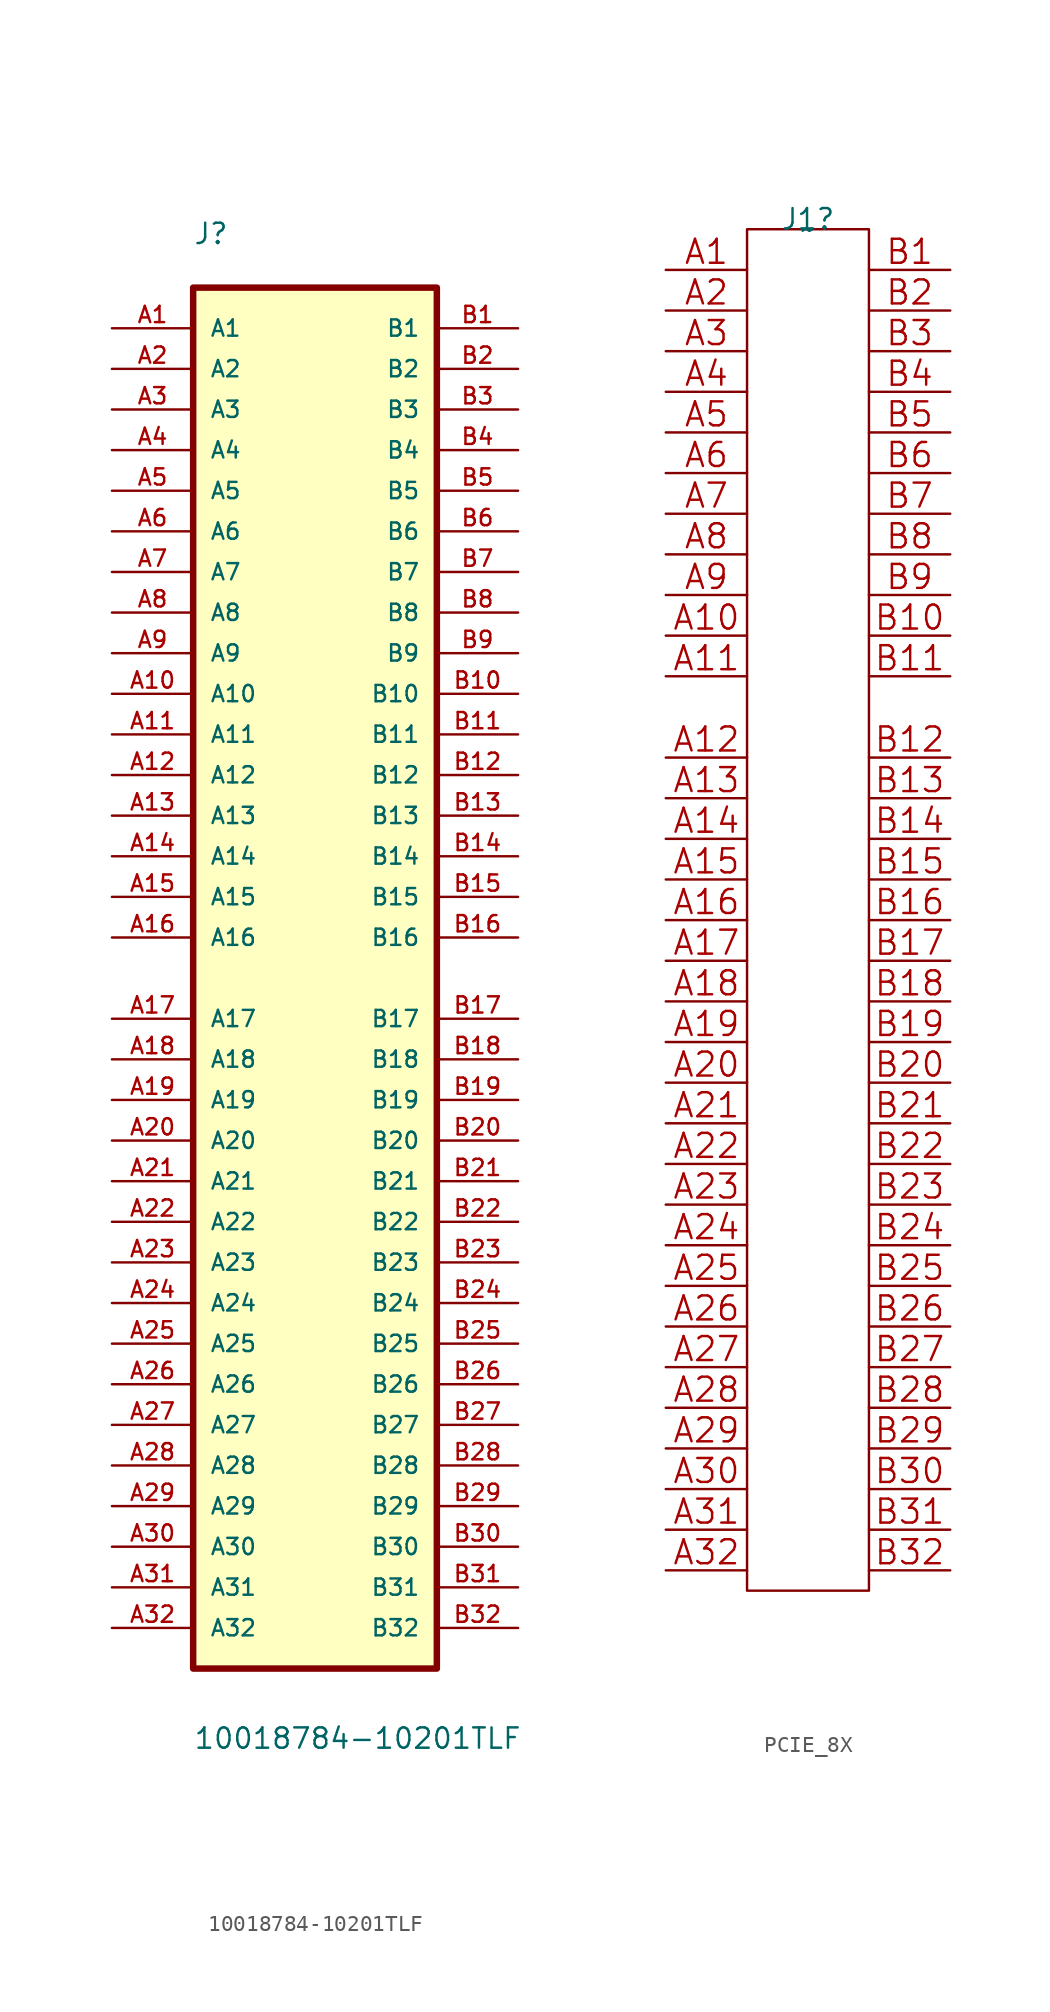
<source format=kicad_sym>
(kicad_symbol_lib
  (version 20220914)
  (generator kicad_symbol_editor)
  (symbol "10018784-10201TLF"
    (pin_names
      (offset 1.016))
    (property "Reference" "J"
      (at -7.635 45.809 0)
      (effects (font (size 1.27 1.27)) (justify left bottom)))
    (property "Value" "10018784-10201TLF"
      (at -7.625 -48.292 0)
      (effects (font (size 1.27 1.27)) (justify left bottom)))
    (symbol "10018784-10201TLF_0_0"
      (rectangle (start -7.62 -43.18) (end 7.62 43.18) (stroke (width 0.406) (type default)) (fill (type background)))
      (pin passive line (at -12.7 40.64 0) (length 5.08) (name "A1" (effects (font (size 1.016 1.016)))) (number "A1" (effects (font (size 1.016 1.016)))))
      (pin passive line (at -12.7 17.78 0) (length 5.08) (name "A10" (effects (font (size 1.016 1.016)))) (number "A10" (effects (font (size 1.016 1.016)))))
      (pin passive line (at -12.7 15.24 0) (length 5.08) (name "A11" (effects (font (size 1.016 1.016)))) (number "A11" (effects (font (size 1.016 1.016)))))
      (pin passive line (at -12.7 12.7 0) (length 5.08) (name "A12" (effects (font (size 1.016 1.016)))) (number "A12" (effects (font (size 1.016 1.016)))))
      (pin passive line (at -12.7 10.16 0) (length 5.08) (name "A13" (effects (font (size 1.016 1.016)))) (number "A13" (effects (font (size 1.016 1.016)))))
      (pin passive line (at -12.7 7.62 0) (length 5.08) (name "A14" (effects (font (size 1.016 1.016)))) (number "A14" (effects (font (size 1.016 1.016)))))
      (pin passive line (at -12.7 5.08 0) (length 5.08) (name "A15" (effects (font (size 1.016 1.016)))) (number "A15" (effects (font (size 1.016 1.016)))))
      (pin passive line (at -12.7 2.54 0) (length 5.08) (name "A16" (effects (font (size 1.016 1.016)))) (number "A16" (effects (font (size 1.016 1.016)))))
      (pin passive line (at -12.7 -2.54 0) (length 5.08) (name "A17" (effects (font (size 1.016 1.016)))) (number "A17" (effects (font (size 1.016 1.016)))))
      (pin passive line (at -12.7 -5.08 0) (length 5.08) (name "A18" (effects (font (size 1.016 1.016)))) (number "A18" (effects (font (size 1.016 1.016)))))
      (pin passive line (at -12.7 -7.62 0) (length 5.08) (name "A19" (effects (font (size 1.016 1.016)))) (number "A19" (effects (font (size 1.016 1.016)))))
      (pin passive line (at -12.7 38.1 0) (length 5.08) (name "A2" (effects (font (size 1.016 1.016)))) (number "A2" (effects (font (size 1.016 1.016)))))
      (pin passive line (at -12.7 -10.16 0) (length 5.08) (name "A20" (effects (font (size 1.016 1.016)))) (number "A20" (effects (font (size 1.016 1.016)))))
      (pin passive line (at -12.7 -12.7 0) (length 5.08) (name "A21" (effects (font (size 1.016 1.016)))) (number "A21" (effects (font (size 1.016 1.016)))))
      (pin passive line (at -12.7 -15.24 0) (length 5.08) (name "A22" (effects (font (size 1.016 1.016)))) (number "A22" (effects (font (size 1.016 1.016)))))
      (pin passive line (at -12.7 -17.78 0) (length 5.08) (name "A23" (effects (font (size 1.016 1.016)))) (number "A23" (effects (font (size 1.016 1.016)))))
      (pin passive line (at -12.7 -20.32 0) (length 5.08) (name "A24" (effects (font (size 1.016 1.016)))) (number "A24" (effects (font (size 1.016 1.016)))))
      (pin passive line (at -12.7 -22.86 0) (length 5.08) (name "A25" (effects (font (size 1.016 1.016)))) (number "A25" (effects (font (size 1.016 1.016)))))
      (pin passive line (at -12.7 -25.4 0) (length 5.08) (name "A26" (effects (font (size 1.016 1.016)))) (number "A26" (effects (font (size 1.016 1.016)))))
      (pin passive line (at -12.7 -27.94 0) (length 5.08) (name "A27" (effects (font (size 1.016 1.016)))) (number "A27" (effects (font (size 1.016 1.016)))))
      (pin passive line (at -12.7 -30.48 0) (length 5.08) (name "A28" (effects (font (size 1.016 1.016)))) (number "A28" (effects (font (size 1.016 1.016)))))
      (pin passive line (at -12.7 -33.02 0) (length 5.08) (name "A29" (effects (font (size 1.016 1.016)))) (number "A29" (effects (font (size 1.016 1.016)))))
      (pin passive line (at -12.7 35.56 0) (length 5.08) (name "A3" (effects (font (size 1.016 1.016)))) (number "A3" (effects (font (size 1.016 1.016)))))
      (pin passive line (at -12.7 -35.56 0) (length 5.08) (name "A30" (effects (font (size 1.016 1.016)))) (number "A30" (effects (font (size 1.016 1.016)))))
      (pin passive line (at -12.7 -38.1 0) (length 5.08) (name "A31" (effects (font (size 1.016 1.016)))) (number "A31" (effects (font (size 1.016 1.016)))))
      (pin passive line (at -12.7 -40.64 0) (length 5.08) (name "A32" (effects (font (size 1.016 1.016)))) (number "A32" (effects (font (size 1.016 1.016)))))
      (pin passive line (at -12.7 33.02 0) (length 5.08) (name "A4" (effects (font (size 1.016 1.016)))) (number "A4" (effects (font (size 1.016 1.016)))))
      (pin passive line (at -12.7 30.48 0) (length 5.08) (name "A5" (effects (font (size 1.016 1.016)))) (number "A5" (effects (font (size 1.016 1.016)))))
      (pin passive line (at -12.7 27.94 0) (length 5.08) (name "A6" (effects (font (size 1.016 1.016)))) (number "A6" (effects (font (size 1.016 1.016)))))
      (pin passive line (at -12.7 25.4 0) (length 5.08) (name "A7" (effects (font (size 1.016 1.016)))) (number "A7" (effects (font (size 1.016 1.016)))))
      (pin passive line (at -12.7 22.86 0) (length 5.08) (name "A8" (effects (font (size 1.016 1.016)))) (number "A8" (effects (font (size 1.016 1.016)))))
      (pin passive line (at -12.7 20.32 0) (length 5.08) (name "A9" (effects (font (size 1.016 1.016)))) (number "A9" (effects (font (size 1.016 1.016)))))
      (pin passive line (at 12.7 40.64 180) (length 5.08) (name "B1" (effects (font (size 1.016 1.016)))) (number "B1" (effects (font (size 1.016 1.016)))))
      (pin passive line (at 12.7 17.78 180) (length 5.08) (name "B10" (effects (font (size 1.016 1.016)))) (number "B10" (effects (font (size 1.016 1.016)))))
      (pin passive line (at 12.7 15.24 180) (length 5.08) (name "B11" (effects (font (size 1.016 1.016)))) (number "B11" (effects (font (size 1.016 1.016)))))
      (pin passive line (at 12.7 12.7 180) (length 5.08) (name "B12" (effects (font (size 1.016 1.016)))) (number "B12" (effects (font (size 1.016 1.016)))))
      (pin passive line (at 12.7 10.16 180) (length 5.08) (name "B13" (effects (font (size 1.016 1.016)))) (number "B13" (effects (font (size 1.016 1.016)))))
      (pin passive line (at 12.7 7.62 180) (length 5.08) (name "B14" (effects (font (size 1.016 1.016)))) (number "B14" (effects (font (size 1.016 1.016)))))
      (pin passive line (at 12.7 5.08 180) (length 5.08) (name "B15" (effects (font (size 1.016 1.016)))) (number "B15" (effects (font (size 1.016 1.016)))))
      (pin passive line (at 12.7 2.54 180) (length 5.08) (name "B16" (effects (font (size 1.016 1.016)))) (number "B16" (effects (font (size 1.016 1.016)))))
      (pin passive line (at 12.7 -2.54 180) (length 5.08) (name "B17" (effects (font (size 1.016 1.016)))) (number "B17" (effects (font (size 1.016 1.016)))))
      (pin passive line (at 12.7 -5.08 180) (length 5.08) (name "B18" (effects (font (size 1.016 1.016)))) (number "B18" (effects (font (size 1.016 1.016)))))
      (pin passive line (at 12.7 -7.62 180) (length 5.08) (name "B19" (effects (font (size 1.016 1.016)))) (number "B19" (effects (font (size 1.016 1.016)))))
      (pin passive line (at 12.7 38.1 180) (length 5.08) (name "B2" (effects (font (size 1.016 1.016)))) (number "B2" (effects (font (size 1.016 1.016)))))
      (pin passive line (at 12.7 -10.16 180) (length 5.08) (name "B20" (effects (font (size 1.016 1.016)))) (number "B20" (effects (font (size 1.016 1.016)))))
      (pin passive line (at 12.7 -12.7 180) (length 5.08) (name "B21" (effects (font (size 1.016 1.016)))) (number "B21" (effects (font (size 1.016 1.016)))))
      (pin passive line (at 12.7 -15.24 180) (length 5.08) (name "B22" (effects (font (size 1.016 1.016)))) (number "B22" (effects (font (size 1.016 1.016)))))
      (pin passive line (at 12.7 -17.78 180) (length 5.08) (name "B23" (effects (font (size 1.016 1.016)))) (number "B23" (effects (font (size 1.016 1.016)))))
      (pin passive line (at 12.7 -20.32 180) (length 5.08) (name "B24" (effects (font (size 1.016 1.016)))) (number "B24" (effects (font (size 1.016 1.016)))))
      (pin passive line (at 12.7 -22.86 180) (length 5.08) (name "B25" (effects (font (size 1.016 1.016)))) (number "B25" (effects (font (size 1.016 1.016)))))
      (pin passive line (at 12.7 -25.4 180) (length 5.08) (name "B26" (effects (font (size 1.016 1.016)))) (number "B26" (effects (font (size 1.016 1.016)))))
      (pin passive line (at 12.7 -27.94 180) (length 5.08) (name "B27" (effects (font (size 1.016 1.016)))) (number "B27" (effects (font (size 1.016 1.016)))))
      (pin passive line (at 12.7 -30.48 180) (length 5.08) (name "B28" (effects (font (size 1.016 1.016)))) (number "B28" (effects (font (size 1.016 1.016)))))
      (pin passive line (at 12.7 -33.02 180) (length 5.08) (name "B29" (effects (font (size 1.016 1.016)))) (number "B29" (effects (font (size 1.016 1.016)))))
      (pin passive line (at 12.7 35.56 180) (length 5.08) (name "B3" (effects (font (size 1.016 1.016)))) (number "B3" (effects (font (size 1.016 1.016)))))
      (pin passive line (at 12.7 -35.56 180) (length 5.08) (name "B30" (effects (font (size 1.016 1.016)))) (number "B30" (effects (font (size 1.016 1.016)))))
      (pin passive line (at 12.7 -38.1 180) (length 5.08) (name "B31" (effects (font (size 1.016 1.016)))) (number "B31" (effects (font (size 1.016 1.016)))))
      (pin passive line (at 12.7 -40.64 180) (length 5.08) (name "B32" (effects (font (size 1.016 1.016)))) (number "B32" (effects (font (size 1.016 1.016)))))
      (pin passive line (at 12.7 33.02 180) (length 5.08) (name "B4" (effects (font (size 1.016 1.016)))) (number "B4" (effects (font (size 1.016 1.016)))))
      (pin passive line (at 12.7 30.48 180) (length 5.08) (name "B5" (effects (font (size 1.016 1.016)))) (number "B5" (effects (font (size 1.016 1.016)))))
      (pin passive line (at 12.7 27.94 180) (length 5.08) (name "B6" (effects (font (size 1.016 1.016)))) (number "B6" (effects (font (size 1.016 1.016)))))
      (pin passive line (at 12.7 25.4 180) (length 5.08) (name "B7" (effects (font (size 1.016 1.016)))) (number "B7" (effects (font (size 1.016 1.016)))))
      (pin passive line (at 12.7 22.86 180) (length 5.08) (name "B8" (effects (font (size 1.016 1.016)))) (number "B8" (effects (font (size 1.016 1.016)))))
      (pin passive line (at 12.7 20.32 180) (length 5.08) (name "B9" (effects (font (size 1.016 1.016)))) (number "B9" (effects (font (size 1.016 1.016)))))))
  (symbol "PCIE_8X"
    (property "Reference" "J1"
      (at 0 0.635 0)
      (effects (font (size 1.27 1.27))))
    (property "Value" "~"
      (at 0 0 0)
      (effects (font (size 1.27 1.27))))
    (symbol "PCIE_8X_0_1"
      (rectangle (start -3.81 0) (end 3.81 -85.09) (stroke (width 0) (type default)) (fill (type none))))
    (symbol "PCIE_8X_1_1"
      (pin unspecified line (at -8.89 -2.54 0) (length 5.08) (name "" (effects (font (size 1.499 1.499)))) (number "A1" (effects (font (size 1.499 1.499)))))
      (pin unspecified line (at -8.89 -25.4 0) (length 5.08) (name "" (effects (font (size 1.499 1.499)))) (number "A10" (effects (font (size 1.499 1.499)))))
      (pin unspecified line (at -8.89 -27.94 0) (length 5.08) (name "" (effects (font (size 1.499 1.499)))) (number "A11" (effects (font (size 1.499 1.499)))))
      (pin unspecified line (at -8.89 -33.02 0) (length 5.08) (name "" (effects (font (size 1.499 1.499)))) (number "A12" (effects (font (size 1.499 1.499)))))
      (pin unspecified line (at -8.89 -35.56 0) (length 5.08) (name "" (effects (font (size 1.499 1.499)))) (number "A13" (effects (font (size 1.499 1.499)))))
      (pin unspecified line (at -8.89 -38.1 0) (length 5.08) (name "" (effects (font (size 1.499 1.499)))) (number "A14" (effects (font (size 1.499 1.499)))))
      (pin unspecified line (at -8.89 -40.64 0) (length 5.08) (name "" (effects (font (size 1.499 1.499)))) (number "A15" (effects (font (size 1.499 1.499)))))
      (pin unspecified line (at -8.89 -43.18 0) (length 5.08) (name "" (effects (font (size 1.499 1.499)))) (number "A16" (effects (font (size 1.499 1.499)))))
      (pin unspecified line (at -8.89 -45.72 0) (length 5.08) (name "" (effects (font (size 1.499 1.499)))) (number "A17" (effects (font (size 1.499 1.499)))))
      (pin unspecified line (at -8.89 -48.26 0) (length 5.08) (name "" (effects (font (size 1.499 1.499)))) (number "A18" (effects (font (size 1.499 1.499)))))
      (pin unspecified line (at -8.89 -50.8 0) (length 5.08) (name "" (effects (font (size 1.499 1.499)))) (number "A19" (effects (font (size 1.499 1.499)))))
      (pin unspecified line (at -8.89 -5.08 0) (length 5.08) (name "" (effects (font (size 1.499 1.499)))) (number "A2" (effects (font (size 1.499 1.499)))))
      (pin unspecified line (at -8.89 -53.34 0) (length 5.08) (name "" (effects (font (size 1.499 1.499)))) (number "A20" (effects (font (size 1.499 1.499)))))
      (pin unspecified line (at -8.89 -55.88 0) (length 5.08) (name "" (effects (font (size 1.499 1.499)))) (number "A21" (effects (font (size 1.499 1.499)))))
      (pin unspecified line (at -8.89 -58.42 0) (length 5.08) (name "" (effects (font (size 1.499 1.499)))) (number "A22" (effects (font (size 1.499 1.499)))))
      (pin unspecified line (at -8.89 -60.96 0) (length 5.08) (name "" (effects (font (size 1.499 1.499)))) (number "A23" (effects (font (size 1.499 1.499)))))
      (pin unspecified line (at -8.89 -63.5 0) (length 5.08) (name "" (effects (font (size 1.499 1.499)))) (number "A24" (effects (font (size 1.499 1.499)))))
      (pin unspecified line (at -8.89 -66.04 0) (length 5.08) (name "" (effects (font (size 1.499 1.499)))) (number "A25" (effects (font (size 1.499 1.499)))))
      (pin unspecified line (at -8.89 -68.58 0) (length 5.08) (name "" (effects (font (size 1.499 1.499)))) (number "A26" (effects (font (size 1.499 1.499)))))
      (pin unspecified line (at -8.89 -71.12 0) (length 5.08) (name "" (effects (font (size 1.499 1.499)))) (number "A27" (effects (font (size 1.499 1.499)))))
      (pin unspecified line (at -8.89 -73.66 0) (length 5.08) (name "" (effects (font (size 1.499 1.499)))) (number "A28" (effects (font (size 1.499 1.499)))))
      (pin unspecified line (at -8.89 -76.2 0) (length 5.08) (name "" (effects (font (size 1.499 1.499)))) (number "A29" (effects (font (size 1.499 1.499)))))
      (pin unspecified line (at -8.89 -7.62 0) (length 5.08) (name "" (effects (font (size 1.499 1.499)))) (number "A3" (effects (font (size 1.499 1.499)))))
      (pin unspecified line (at -8.89 -78.74 0) (length 5.08) (name "" (effects (font (size 1.499 1.499)))) (number "A30" (effects (font (size 1.499 1.499)))))
      (pin unspecified line (at -8.89 -81.28 0) (length 5.08) (name "" (effects (font (size 1.499 1.499)))) (number "A31" (effects (font (size 1.499 1.499)))))
      (pin unspecified line (at -8.89 -83.82 0) (length 5.08) (name "" (effects (font (size 1.499 1.499)))) (number "A32" (effects (font (size 1.499 1.499)))))
      (pin unspecified line (at -8.89 -10.16 0) (length 5.08) (name "" (effects (font (size 1.499 1.499)))) (number "A4" (effects (font (size 1.499 1.499)))))
      (pin unspecified line (at -8.89 -12.7 0) (length 5.08) (name "" (effects (font (size 1.499 1.499)))) (number "A5" (effects (font (size 1.499 1.499)))))
      (pin unspecified line (at -8.89 -15.24 0) (length 5.08) (name "" (effects (font (size 1.499 1.499)))) (number "A6" (effects (font (size 1.499 1.499)))))
      (pin unspecified line (at -8.89 -17.78 0) (length 5.08) (name "" (effects (font (size 1.499 1.499)))) (number "A7" (effects (font (size 1.499 1.499)))))
      (pin unspecified line (at -8.89 -20.32 0) (length 5.08) (name "" (effects (font (size 1.499 1.499)))) (number "A8" (effects (font (size 1.499 1.499)))))
      (pin unspecified line (at -8.89 -22.86 0) (length 5.08) (name "" (effects (font (size 1.499 1.499)))) (number "A9" (effects (font (size 1.499 1.499)))))
      (pin unspecified line (at 8.89 -2.54 180) (length 5.08) (name "" (effects (font (size 1.499 1.499)))) (number "B1" (effects (font (size 1.499 1.499)))))
      (pin unspecified line (at 8.89 -25.4 180) (length 5.08) (name "" (effects (font (size 1.499 1.499)))) (number "B10" (effects (font (size 1.499 1.499)))))
      (pin unspecified line (at 8.89 -27.94 180) (length 5.08) (name "" (effects (font (size 1.499 1.499)))) (number "B11" (effects (font (size 1.499 1.499)))))
      (pin unspecified line (at 8.89 -33.02 180) (length 5.08) (name "" (effects (font (size 1.499 1.499)))) (number "B12" (effects (font (size 1.499 1.499)))))
      (pin unspecified line (at 8.89 -35.56 180) (length 5.08) (name "" (effects (font (size 1.499 1.499)))) (number "B13" (effects (font (size 1.499 1.499)))))
      (pin unspecified line (at 8.89 -38.1 180) (length 5.08) (name "" (effects (font (size 1.499 1.499)))) (number "B14" (effects (font (size 1.499 1.499)))))
      (pin unspecified line (at 8.89 -40.64 180) (length 5.08) (name "" (effects (font (size 1.499 1.499)))) (number "B15" (effects (font (size 1.499 1.499)))))
      (pin unspecified line (at 8.89 -43.18 180) (length 5.08) (name "" (effects (font (size 1.499 1.499)))) (number "B16" (effects (font (size 1.499 1.499)))))
      (pin unspecified line (at 8.89 -45.72 180) (length 5.08) (name "" (effects (font (size 1.499 1.499)))) (number "B17" (effects (font (size 1.499 1.499)))))
      (pin unspecified line (at 8.89 -48.26 180) (length 5.08) (name "" (effects (font (size 1.499 1.499)))) (number "B18" (effects (font (size 1.499 1.499)))))
      (pin unspecified line (at 8.89 -50.8 180) (length 5.08) (name "" (effects (font (size 1.499 1.499)))) (number "B19" (effects (font (size 1.499 1.499)))))
      (pin unspecified line (at 8.89 -5.08 180) (length 5.08) (name "" (effects (font (size 1.499 1.499)))) (number "B2" (effects (font (size 1.499 1.499)))))
      (pin unspecified line (at 8.89 -53.34 180) (length 5.08) (name "" (effects (font (size 1.499 1.499)))) (number "B20" (effects (font (size 1.499 1.499)))))
      (pin unspecified line (at 8.89 -55.88 180) (length 5.08) (name "" (effects (font (size 1.499 1.499)))) (number "B21" (effects (font (size 1.499 1.499)))))
      (pin unspecified line (at 8.89 -58.42 180) (length 5.08) (name "" (effects (font (size 1.499 1.499)))) (number "B22" (effects (font (size 1.499 1.499)))))
      (pin unspecified line (at 8.89 -60.96 180) (length 5.08) (name "" (effects (font (size 1.499 1.499)))) (number "B23" (effects (font (size 1.499 1.499)))))
      (pin unspecified line (at 8.89 -63.5 180) (length 5.08) (name "" (effects (font (size 1.499 1.499)))) (number "B24" (effects (font (size 1.499 1.499)))))
      (pin unspecified line (at 8.89 -66.04 180) (length 5.08) (name "" (effects (font (size 1.499 1.499)))) (number "B25" (effects (font (size 1.499 1.499)))))
      (pin unspecified line (at 8.89 -68.58 180) (length 5.08) (name "" (effects (font (size 1.499 1.499)))) (number "B26" (effects (font (size 1.499 1.499)))))
      (pin unspecified line (at 8.89 -71.12 180) (length 5.08) (name "" (effects (font (size 1.499 1.499)))) (number "B27" (effects (font (size 1.499 1.499)))))
      (pin unspecified line (at 8.89 -73.66 180) (length 5.08) (name "" (effects (font (size 1.499 1.499)))) (number "B28" (effects (font (size 1.499 1.499)))))
      (pin unspecified line (at 8.89 -76.2 180) (length 5.08) (name "" (effects (font (size 1.499 1.499)))) (number "B29" (effects (font (size 1.499 1.499)))))
      (pin unspecified line (at 8.89 -7.62 180) (length 5.08) (name "" (effects (font (size 1.499 1.499)))) (number "B3" (effects (font (size 1.499 1.499)))))
      (pin unspecified line (at 8.89 -78.74 180) (length 5.08) (name "" (effects (font (size 1.499 1.499)))) (number "B30" (effects (font (size 1.499 1.499)))))
      (pin unspecified line (at 8.89 -81.28 180) (length 5.08) (name "" (effects (font (size 1.499 1.499)))) (number "B31" (effects (font (size 1.499 1.499)))))
      (pin unspecified line (at 8.89 -83.82 180) (length 5.08) (name "" (effects (font (size 1.499 1.499)))) (number "B32" (effects (font (size 1.499 1.499)))))
      (pin unspecified line (at 8.89 -10.16 180) (length 5.08) (name "" (effects (font (size 1.499 1.499)))) (number "B4" (effects (font (size 1.499 1.499)))))
      (pin unspecified line (at 8.89 -12.7 180) (length 5.08) (name "" (effects (font (size 1.499 1.499)))) (number "B5" (effects (font (size 1.499 1.499)))))
      (pin unspecified line (at 8.89 -15.24 180) (length 5.08) (name "" (effects (font (size 1.499 1.499)))) (number "B6" (effects (font (size 1.499 1.499)))))
      (pin unspecified line (at 8.89 -17.78 180) (length 5.08) (name "" (effects (font (size 1.499 1.499)))) (number "B7" (effects (font (size 1.499 1.499)))))
      (pin unspecified line (at 8.89 -20.32 180) (length 5.08) (name "" (effects (font (size 1.499 1.499)))) (number "B8" (effects (font (size 1.499 1.499)))))
      (pin unspecified line (at 8.89 -22.86 180) (length 5.08) (name "" (effects (font (size 1.499 1.499)))) (number "B9" (effects (font (size 1.499 1.499))))))))
</source>
